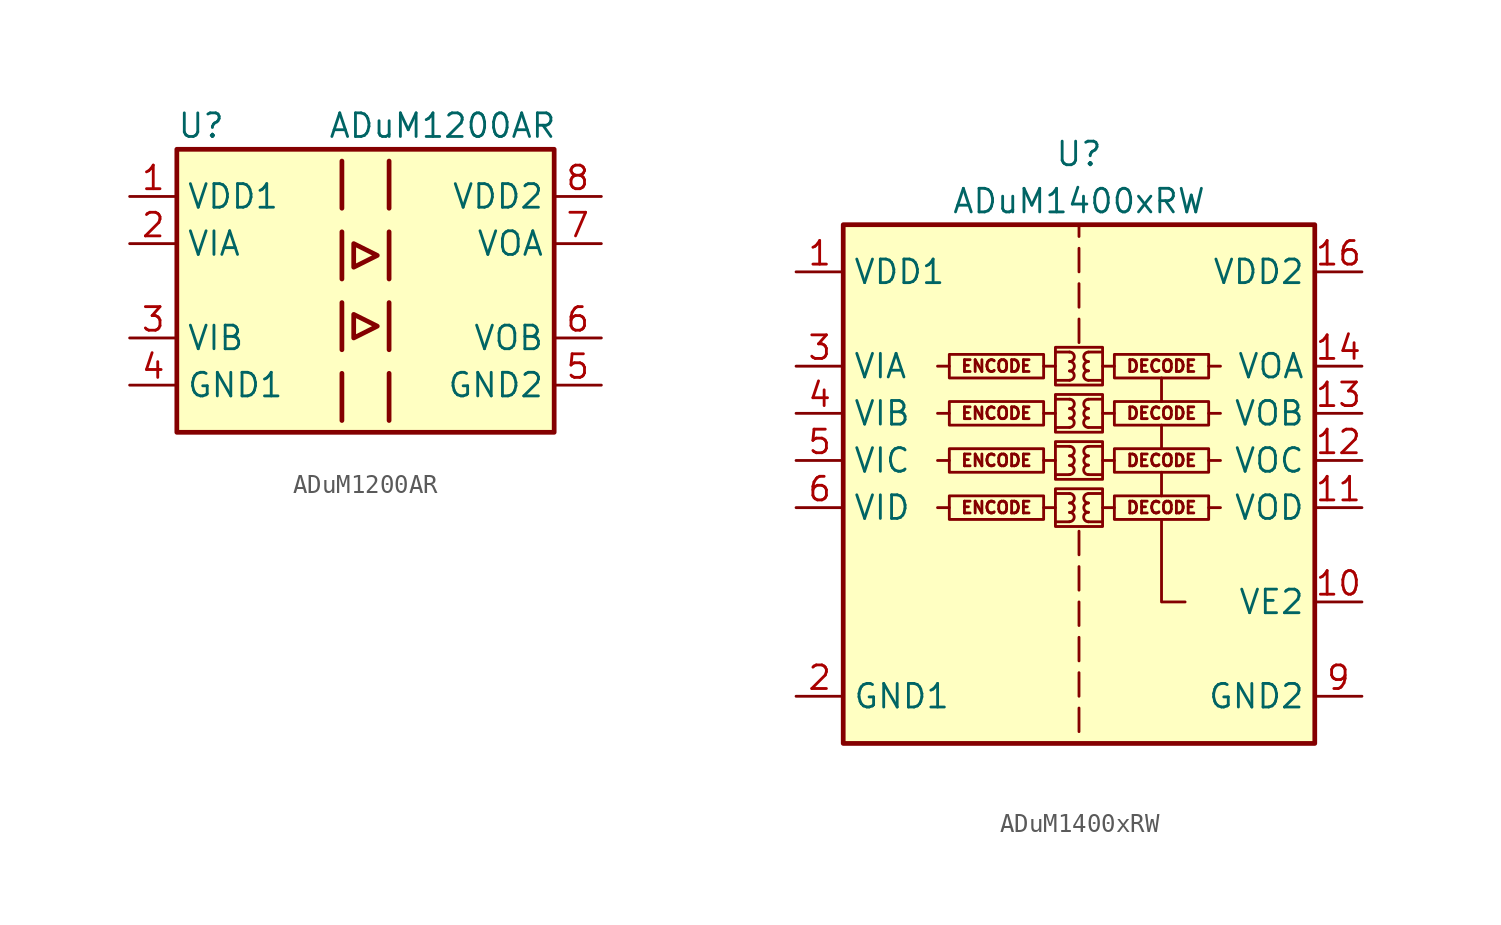
<source format=kicad_sym>
(kicad_symbol_lib
  (version 20201005)
  (generator kicad_symbol_editor)
  (symbol "Isolator_Digital:ADuM1200AR"
    (property "Reference" "U"
      (at -10.16 8.89 0)
      (effects (font (size 1.27 1.27)) (justify left)))
    (property "Value" "ADuM1200AR"
      (at -2.032 8.89 0)
      (effects (font (size 1.27 1.27)) (justify left)))
    (symbol "ADuM1200AR_0_1"
      (rectangle (start -10.16 7.62) (end 10.16 -7.62) (stroke (width 0.254)) (fill (type background)))
      (polyline (pts (xy -1.27 -4.445) (xy -1.27 -6.985)) (stroke (width 0.254)) (fill (type none)))
      (polyline (pts (xy -1.27 -0.635) (xy -1.27 -3.175)) (stroke (width 0.254)) (fill (type none)))
      (polyline (pts (xy -1.27 3.175) (xy -1.27 0.635)) (stroke (width 0.254)) (fill (type none)))
      (polyline (pts (xy -1.27 6.985) (xy -1.27 4.445)) (stroke (width 0.254)) (fill (type none)))
      (polyline (pts (xy 1.27 -4.445) (xy 1.27 -6.985)) (stroke (width 0.254)) (fill (type none)))
      (polyline (pts (xy 1.27 -0.635) (xy 1.27 -3.175)) (stroke (width 0.254)) (fill (type none)))
      (polyline (pts (xy 1.27 3.175) (xy 1.27 0.635)) (stroke (width 0.254)) (fill (type none)))
      (polyline (pts (xy 1.27 6.985) (xy 1.27 4.445)) (stroke (width 0.254)) (fill (type none)))
      (polyline (pts (xy -0.635 -1.27) (xy -0.635 -2.54) (xy 0.635 -1.905) (xy -0.635 -1.27)) (stroke (width 0.254)) (fill (type none)))
      (polyline (pts (xy -0.635 1.27) (xy 0.635 1.905) (xy -0.635 2.54) (xy -0.635 1.27)) (stroke (width 0.254)) (fill (type none))))
    (symbol "ADuM1200AR_1_1"
      (pin power_in line (at -12.7 5.08 0) (length 2.54) (name "VDD1" (effects (font (size 1.27 1.27)))) (number "1" (effects (font (size 1.27 1.27)))))
      (pin input line (at -12.7 2.54 0) (length 2.54) (name "VIA" (effects (font (size 1.27 1.27)))) (number "2" (effects (font (size 1.27 1.27)))))
      (pin input line (at -12.7 -2.54 0) (length 2.54) (name "VIB" (effects (font (size 1.27 1.27)))) (number "3" (effects (font (size 1.27 1.27)))))
      (pin power_in line (at -12.7 -5.08 0) (length 2.54) (name "GND1" (effects (font (size 1.27 1.27)))) (number "4" (effects (font (size 1.27 1.27)))))
      (pin power_in line (at 12.7 -5.08 180) (length 2.54) (name "GND2" (effects (font (size 1.27 1.27)))) (number "5" (effects (font (size 1.27 1.27)))))
      (pin output line (at 12.7 -2.54 180) (length 2.54) (name "VOB" (effects (font (size 1.27 1.27)))) (number "6" (effects (font (size 1.27 1.27)))))
      (pin output line (at 12.7 2.54 180) (length 2.54) (name "VOA" (effects (font (size 1.27 1.27)))) (number "7" (effects (font (size 1.27 1.27)))))
      (pin power_in line (at 12.7 5.08 180) (length 2.54) (name "VDD2" (effects (font (size 1.27 1.27)))) (number "8" (effects (font (size 1.27 1.27)))))))
  (symbol "Isolator_Digital:ADuM1400xRW"
    (property "Reference" "U"
      (at 0 19.05 0)
      (effects (font (size 1.27 1.27))))
    (property "Value" "ADuM1400xRW"
      (at 0 16.51 0)
      (effects (font (size 1.27 1.27))))
    (symbol "ADuM1400xRW_0_0"
      (arc (start -0.508 -0.762) (end -0.508 -0.254) (radius (at -0.508 -0.508) (length 0.254) (angles -89.9 89.9)) (stroke (width 0)) (fill (type none)))
      (arc (start -0.508 -0.254) (end -0.508 0.254) (radius (at -0.508 0) (length 0.254) (angles -89.9 89.9)) (stroke (width 0)) (fill (type none)))
      (arc (start -0.508 0.254) (end -0.508 0.762) (radius (at -0.508 0.508) (length 0.254) (angles -89.9 89.9)) (stroke (width 0)) (fill (type none)))
      (arc (start -0.508 1.778) (end -0.508 2.286) (radius (at -0.508 2.032) (length 0.254) (angles -89.9 89.9)) (stroke (width 0)) (fill (type none)))
      (arc (start -0.508 2.286) (end -0.508 2.794) (radius (at -0.508 2.54) (length 0.254) (angles -89.9 89.9)) (stroke (width 0)) (fill (type none)))
      (arc (start -0.508 2.794) (end -0.508 3.302) (radius (at -0.508 3.048) (length 0.254) (angles -89.9 89.9)) (stroke (width 0)) (fill (type none)))
      (arc (start -0.508 4.318) (end -0.508 4.826) (radius (at -0.508 4.572) (length 0.254) (angles -89.9 89.9)) (stroke (width 0)) (fill (type none)))
      (arc (start -0.508 4.826) (end -0.508 5.334) (radius (at -0.508 5.08) (length 0.254) (angles -89.9 89.9)) (stroke (width 0)) (fill (type none)))
      (arc (start -0.508 5.334) (end -0.508 5.842) (radius (at -0.508 5.588) (length 0.254) (angles -89.9 89.9)) (stroke (width 0)) (fill (type none)))
      (arc (start -0.508 6.858) (end -0.508 7.366) (radius (at -0.508 7.112) (length 0.254) (angles -89.9 89.9)) (stroke (width 0)) (fill (type none)))
      (arc (start -0.508 7.366) (end -0.508 7.874) (radius (at -0.508 7.62) (length 0.254) (angles -89.9 89.9)) (stroke (width 0)) (fill (type none)))
      (arc (start -0.508 7.874) (end -0.508 8.382) (radius (at -0.508 8.128) (length 0.254) (angles -89.9 89.9)) (stroke (width 0)) (fill (type none)))
      (arc (start 0.508 -0.254) (end 0.508 -0.762) (radius (at 0.508 -0.508) (length 0.254) (angles 90.1 -90.1)) (stroke (width 0)) (fill (type none)))
      (arc (start 0.508 0.254) (end 0.508 -0.254) (radius (at 0.508 0) (length 0.254) (angles 90.1 -90.1)) (stroke (width 0)) (fill (type none)))
      (arc (start 0.508 0.762) (end 0.508 0.254) (radius (at 0.508 0.508) (length 0.254) (angles 90.1 -90.1)) (stroke (width 0)) (fill (type none)))
      (arc (start 0.508 2.286) (end 0.508 1.778) (radius (at 0.508 2.032) (length 0.254) (angles 90.1 -90.1)) (stroke (width 0)) (fill (type none)))
      (arc (start 0.508 2.794) (end 0.508 2.286) (radius (at 0.508 2.54) (length 0.254) (angles 90.1 -90.1)) (stroke (width 0)) (fill (type none)))
      (arc (start 0.508 3.302) (end 0.508 2.794) (radius (at 0.508 3.048) (length 0.254) (angles 90.1 -90.1)) (stroke (width 0)) (fill (type none)))
      (arc (start 0.508 4.826) (end 0.508 4.318) (radius (at 0.508 4.572) (length 0.254) (angles 90.1 -90.1)) (stroke (width 0)) (fill (type none)))
      (arc (start 0.508 5.334) (end 0.508 4.826) (radius (at 0.508 5.08) (length 0.254) (angles 90.1 -90.1)) (stroke (width 0)) (fill (type none)))
      (arc (start 0.508 5.842) (end 0.508 5.334) (radius (at 0.508 5.588) (length 0.254) (angles 90.1 -90.1)) (stroke (width 0)) (fill (type none)))
      (arc (start 0.508 7.366) (end 0.508 6.858) (radius (at 0.508 7.112) (length 0.254) (angles 90.1 -90.1)) (stroke (width 0)) (fill (type none)))
      (arc (start 0.508 7.874) (end 0.508 7.366) (radius (at 0.508 7.62) (length 0.254) (angles 90.1 -90.1)) (stroke (width 0)) (fill (type none)))
      (arc (start 0.508 8.382) (end 0.508 7.874) (radius (at 0.508 8.128) (length 0.254) (angles 90.1 -90.1)) (stroke (width 0)) (fill (type none)))
      (text "DECODE" (at 4.445 0 0) (effects (font (size 0.635 0.635))))
      (text "DECODE" (at 4.445 2.54 0) (effects (font (size 0.635 0.635))))
      (text "DECODE" (at 4.445 5.08 0) (effects (font (size 0.635 0.635))))
      (text "DECODE" (at 4.445 7.62 0) (effects (font (size 0.635 0.635))))
      (text "ENCODE" (at -4.445 0 0) (effects (font (size 0.635 0.635))))
      (text "ENCODE" (at -4.445 2.54 0) (effects (font (size 0.635 0.635))))
      (text "ENCODE" (at -4.445 5.08 0) (effects (font (size 0.635 0.635))))
      (text "ENCODE" (at -4.445 7.62 0) (effects (font (size 0.635 0.635))))
      (rectangle (start -1.905 0.635) (end -6.985 -0.635) (stroke (width 0)) (fill (type none)))
      (rectangle (start -1.27 1.016) (end 1.27 -1.016) (stroke (width 0)) (fill (type none)))
      (rectangle (start -1.27 3.556) (end 1.27 1.524) (stroke (width 0)) (fill (type none)))
      (rectangle (start -1.27 6.096) (end 1.27 4.064) (stroke (width 0)) (fill (type none)))
      (rectangle (start -1.27 8.636) (end 1.27 6.604) (stroke (width 0)) (fill (type none)))
      (rectangle (start 1.905 0.635) (end 6.985 -0.635) (stroke (width 0)) (fill (type none)))
      (rectangle (start 1.905 3.175) (end 6.985 1.905) (stroke (width 0)) (fill (type none)))
      (rectangle (start 1.905 5.715) (end 6.985 4.445) (stroke (width 0)) (fill (type none)))
      (rectangle (start 1.905 8.255) (end 6.985 6.985) (stroke (width 0)) (fill (type none)))
      (polyline (pts (xy -6.985 0) (xy -7.62 0)) (stroke (width 0)) (fill (type none)))
      (polyline (pts (xy -6.985 2.54) (xy -7.62 2.54)) (stroke (width 0)) (fill (type none)))
      (polyline (pts (xy -6.985 5.08) (xy -7.62 5.08)) (stroke (width 0)) (fill (type none)))
      (polyline (pts (xy -6.985 7.62) (xy -7.62 7.62)) (stroke (width 0)) (fill (type none)))
      (polyline (pts (xy -1.905 0) (xy -1.27 0)) (stroke (width 0)) (fill (type none)))
      (polyline (pts (xy -1.905 2.54) (xy -1.27 2.54)) (stroke (width 0)) (fill (type none)))
      (polyline (pts (xy -1.905 5.08) (xy -1.27 5.08)) (stroke (width 0)) (fill (type none)))
      (polyline (pts (xy -1.905 7.62) (xy -1.27 7.62)) (stroke (width 0)) (fill (type none)))
      (polyline (pts (xy -1.27 -0.762) (xy -0.508 -0.762)) (stroke (width 0)) (fill (type none)))
      (polyline (pts (xy -1.27 0.762) (xy -0.508 0.762)) (stroke (width 0)) (fill (type none)))
      (polyline (pts (xy -1.27 1.778) (xy -0.508 1.778)) (stroke (width 0)) (fill (type none)))
      (polyline (pts (xy -1.27 3.302) (xy -0.508 3.302)) (stroke (width 0)) (fill (type none)))
      (polyline (pts (xy -1.27 4.318) (xy -0.508 4.318)) (stroke (width 0)) (fill (type none)))
      (polyline (pts (xy -1.27 5.842) (xy -0.508 5.842)) (stroke (width 0)) (fill (type none)))
      (polyline (pts (xy -1.27 6.858) (xy -0.508 6.858)) (stroke (width 0)) (fill (type none)))
      (polyline (pts (xy -1.27 8.382) (xy -0.508 8.382)) (stroke (width 0)) (fill (type none)))
      (polyline (pts (xy 0 -10.795) (xy 0 -12.065)) (stroke (width 0)) (fill (type none)))
      (polyline (pts (xy 0 -8.89) (xy 0 -10.16)) (stroke (width 0)) (fill (type none)))
      (polyline (pts (xy 0 -6.985) (xy 0 -8.255)) (stroke (width 0)) (fill (type none)))
      (polyline (pts (xy 0 -5.08) (xy 0 -6.35)) (stroke (width 0)) (fill (type none)))
      (polyline (pts (xy 0 -3.175) (xy 0 -4.445)) (stroke (width 0)) (fill (type none)))
      (polyline (pts (xy 0 -1.27) (xy 0 -2.54)) (stroke (width 0)) (fill (type none)))
      (polyline (pts (xy 0 8.89) (xy 0 10.16)) (stroke (width 0)) (fill (type none)))
      (polyline (pts (xy 0 10.795) (xy 0 12.065)) (stroke (width 0)) (fill (type none)))
      (polyline (pts (xy 0 12.7) (xy 0 13.97)) (stroke (width 0)) (fill (type none)))
      (polyline (pts (xy 0 15.24) (xy 0 14.605)) (stroke (width 0)) (fill (type none)))
      (polyline (pts (xy 1.27 -0.762) (xy 0.508 -0.762)) (stroke (width 0)) (fill (type none)))
      (polyline (pts (xy 1.27 0.762) (xy 0.508 0.762)) (stroke (width 0)) (fill (type none)))
      (polyline (pts (xy 1.27 1.778) (xy 0.508 1.778)) (stroke (width 0)) (fill (type none)))
      (polyline (pts (xy 1.27 3.302) (xy 0.508 3.302)) (stroke (width 0)) (fill (type none)))
      (polyline (pts (xy 1.27 4.318) (xy 0.508 4.318)) (stroke (width 0)) (fill (type none)))
      (polyline (pts (xy 1.27 5.842) (xy 0.508 5.842)) (stroke (width 0)) (fill (type none)))
      (polyline (pts (xy 1.27 6.858) (xy 0.508 6.858)) (stroke (width 0)) (fill (type none)))
      (polyline (pts (xy 1.27 8.382) (xy 0.508 8.382)) (stroke (width 0)) (fill (type none)))
      (polyline (pts (xy 1.905 0) (xy 1.27 0)) (stroke (width 0)) (fill (type none)))
      (polyline (pts (xy 1.905 2.54) (xy 1.27 2.54)) (stroke (width 0)) (fill (type none)))
      (polyline (pts (xy 1.905 5.08) (xy 1.27 5.08)) (stroke (width 0)) (fill (type none)))
      (polyline (pts (xy 1.905 7.62) (xy 1.27 7.62)) (stroke (width 0)) (fill (type none)))
      (polyline (pts (xy 4.445 0.635) (xy 4.445 1.905)) (stroke (width 0)) (fill (type none)))
      (polyline (pts (xy 4.445 3.175) (xy 4.445 4.445)) (stroke (width 0)) (fill (type none)))
      (polyline (pts (xy 4.445 5.715) (xy 4.445 6.985)) (stroke (width 0)) (fill (type none)))
      (polyline (pts (xy 6.985 0) (xy 7.62 0)) (stroke (width 0)) (fill (type none)))
      (polyline (pts (xy 6.985 2.54) (xy 7.62 2.54)) (stroke (width 0)) (fill (type none)))
      (polyline (pts (xy 6.985 5.08) (xy 7.62 5.08)) (stroke (width 0)) (fill (type none)))
      (polyline (pts (xy 6.985 7.62) (xy 7.62 7.62)) (stroke (width 0)) (fill (type none)))
      (polyline (pts (xy 5.715 -5.08) (xy 4.445 -5.08) (xy 4.445 -0.635)) (stroke (width 0)) (fill (type none))))
    (symbol "ADuM1400xRW_0_1"
      (rectangle (start -1.905 3.175) (end -6.985 1.905) (stroke (width 0)) (fill (type none)))
      (rectangle (start -1.905 5.715) (end -6.985 4.445) (stroke (width 0)) (fill (type none)))
      (rectangle (start -1.905 8.255) (end -6.985 6.985) (stroke (width 0)) (fill (type none)))
      (rectangle (start -12.7 15.24) (end 12.7 -12.7) (stroke (width 0.254)) (fill (type background))))
    (symbol "ADuM1400xRW_1_1"
      (pin power_in line (at -15.24 12.7 0) (length 2.54) (name "VDD1" (effects (font (size 1.27 1.27)))) (number "1" (effects (font (size 1.27 1.27)))))
      (pin input line (at 15.24 -5.08 180) (length 2.54) (name "VE2" (effects (font (size 1.27 1.27)))) (number "10" (effects (font (size 1.27 1.27)))))
      (pin output line (at 15.24 0 180) (length 2.54) (name "VOD" (effects (font (size 1.27 1.27)))) (number "11" (effects (font (size 1.27 1.27)))))
      (pin output line (at 15.24 2.54 180) (length 2.54) (name "VOC" (effects (font (size 1.27 1.27)))) (number "12" (effects (font (size 1.27 1.27)))))
      (pin output line (at 15.24 5.08 180) (length 2.54) (name "VOB" (effects (font (size 1.27 1.27)))) (number "13" (effects (font (size 1.27 1.27)))))
      (pin output line (at 15.24 7.62 180) (length 2.54) (name "VOA" (effects (font (size 1.27 1.27)))) (number "14" (effects (font (size 1.27 1.27)))))
      (pin passive line (at 15.24 -10.16 180) (length 2.54) hide (name "GND2" (effects (font (size 1.27 1.27)))) (number "15" (effects (font (size 1.27 1.27)))))
      (pin power_in line (at 15.24 12.7 180) (length 2.54) (name "VDD2" (effects (font (size 1.27 1.27)))) (number "16" (effects (font (size 1.27 1.27)))))
      (pin power_in line (at -15.24 -10.16 0) (length 2.54) (name "GND1" (effects (font (size 1.27 1.27)))) (number "2" (effects (font (size 1.27 1.27)))))
      (pin input line (at -15.24 7.62 0) (length 2.54) (name "VIA" (effects (font (size 1.27 1.27)))) (number "3" (effects (font (size 1.27 1.27)))))
      (pin input line (at -15.24 5.08 0) (length 2.54) (name "VIB" (effects (font (size 1.27 1.27)))) (number "4" (effects (font (size 1.27 1.27)))))
      (pin input line (at -15.24 2.54 0) (length 2.54) (name "VIC" (effects (font (size 1.27 1.27)))) (number "5" (effects (font (size 1.27 1.27)))))
      (pin input line (at -15.24 0 0) (length 2.54) (name "VID" (effects (font (size 1.27 1.27)))) (number "6" (effects (font (size 1.27 1.27)))))
      (pin no_connect line (at -12.7 -5.08 0) (length 2.54) hide (name "NC" (effects (font (size 1.27 1.27)))) (number "7" (effects (font (size 1.27 1.27)))))
      (pin passive line (at -15.24 -10.16 0) (length 2.54) hide (name "GND1" (effects (font (size 1.27 1.27)))) (number "8" (effects (font (size 1.27 1.27)))))
      (pin power_in line (at 15.24 -10.16 180) (length 2.54) (name "GND2" (effects (font (size 1.27 1.27)))) (number "9" (effects (font (size 1.27 1.27))))))))
</source>
